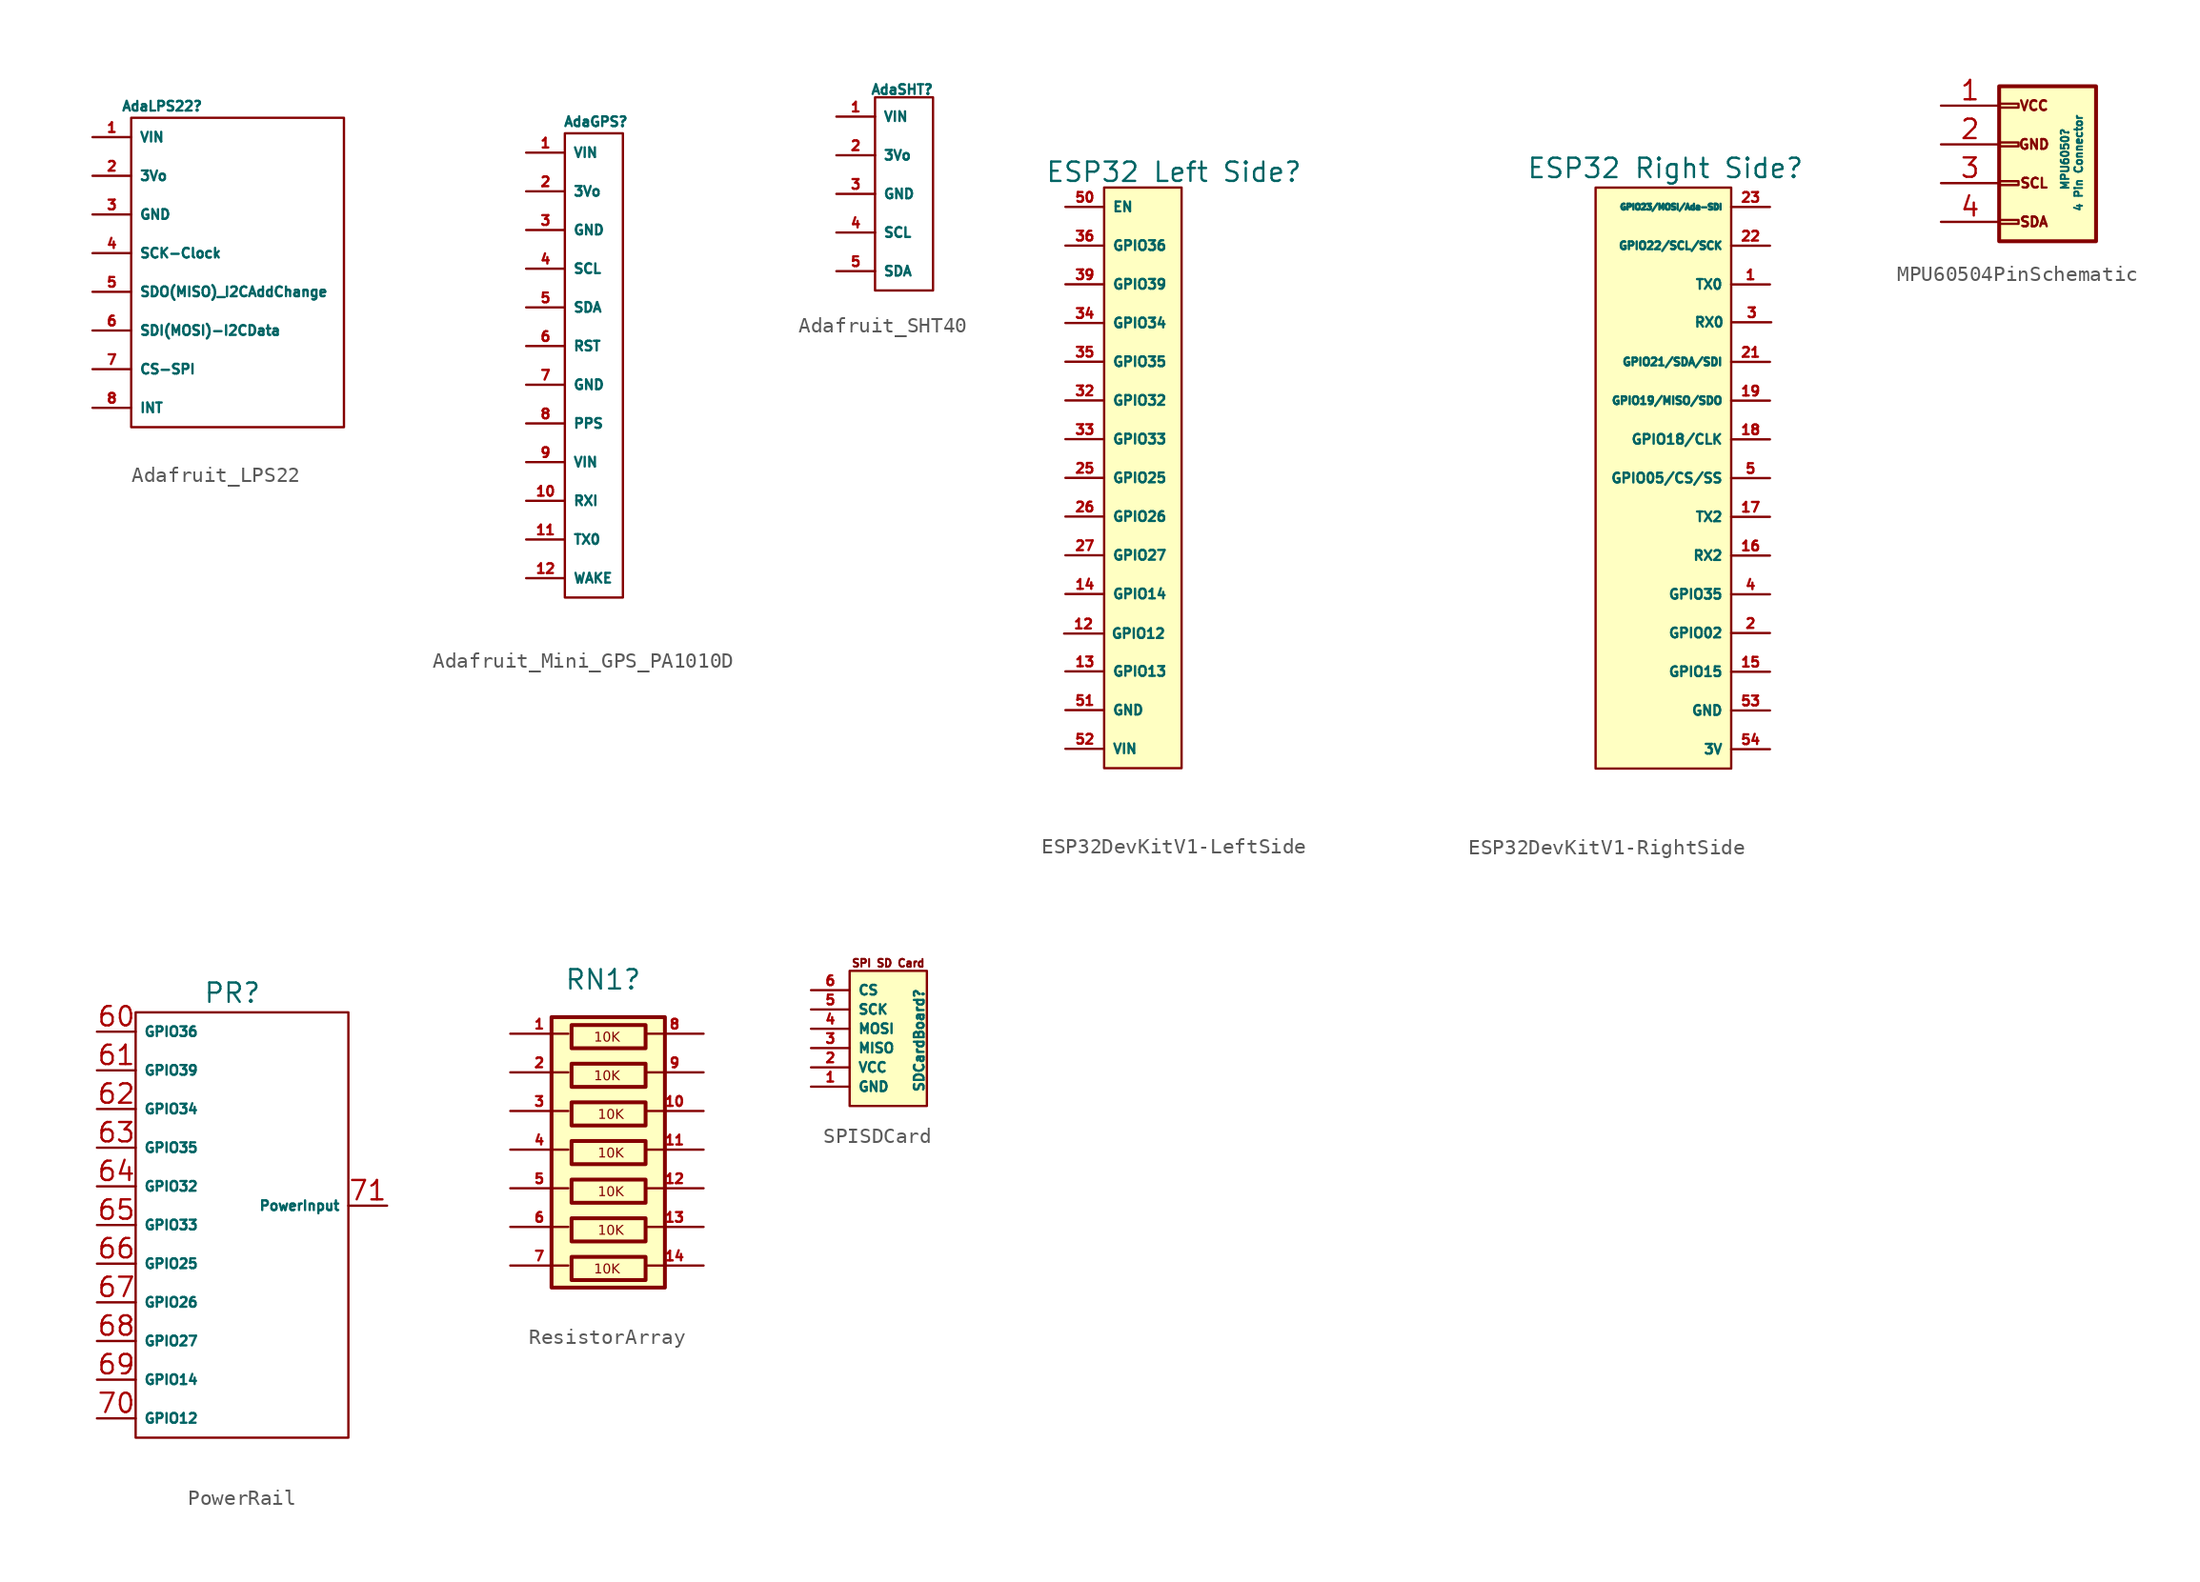
<source format=kicad_sym>
(kicad_symbol_lib
  (version 20241209)
  (generator "kicad_symbol_editor")
  (generator_version "9.0")
  (symbol "Adafruit_LPS22"
    (property "Reference" "AdaLPS22"
      (at -3.048 -0.508 0)
      (effects (font (size 0.635 0.635))))
    (property "Value" ""
      (at 0 0 0)
      (effects (font (size 1.27 1.27))))
    (symbol "Adafruit_LPS22_0_1"
      (rectangle (start -5.08 -1.27) (end 8.89 -21.59) (stroke (width 0) (type default)) (fill (type none))))
    (symbol "Adafruit_LPS22_1_1"
      (pin bidirectional line (at -7.62 -2.54 0) (length 2.54) (name "VIN" (effects (font (size 0.635 0.635)))) (number "1" (effects (font (size 0.635 0.635)))))
      (pin power_out line (at -7.62 -5.08 0) (length 2.54) (name "3Vo" (effects (font (size 0.635 0.635)))) (number "2" (effects (font (size 0.635 0.635)))))
      (pin power_in line (at -7.62 -7.62 0) (length 2.54) (name "GND" (effects (font (size 0.635 0.635)))) (number "3" (effects (font (size 0.635 0.635)))))
      (pin passive line (at -7.62 -10.16 0) (length 2.54) (name "SCK-Clock" (effects (font (size 0.635 0.635)))) (number "4" (effects (font (size 0.635 0.635)))))
      (pin passive line (at -7.62 -12.7 0) (length 2.54) (name "SDO(MISO)_I2CAddChange" (effects (font (size 0.635 0.635)))) (number "5" (effects (font (size 0.635 0.635)))))
      (pin passive line (at -7.62 -15.24 0) (length 2.54) (name "SDI(MOSI)-I2CData" (effects (font (size 0.635 0.635)))) (number "6" (effects (font (size 0.635 0.635)))))
      (pin passive line (at -7.62 -17.78 0) (length 2.54) (name "CS-SPI" (effects (font (size 0.635 0.635)))) (number "7" (effects (font (size 0.635 0.635)))))
      (pin passive line (at -7.62 -20.32 0) (length 2.54) (name "INT" (effects (font (size 0.635 0.635)))) (number "8" (effects (font (size 0.635 0.635)))))))
  (symbol "Adafruit_Mini_GPS_PA1010D"
    (property "Reference" "AdaGPS"
      (at -3.048 -0.508 0)
      (effects (font (size 0.635 0.635))))
    (property "Value" ""
      (at 0 0 0)
      (effects (font (size 1.27 1.27))))
    (symbol "Adafruit_Mini_GPS_PA1010D_0_1"
      (rectangle (start -5.08 -1.27) (end -1.27 -31.75) (stroke (width 0) (type default)) (fill (type none))))
    (symbol "Adafruit_Mini_GPS_PA1010D_1_1"
      (pin bidirectional line (at -7.62 -2.54 0) (length 2.54) (name "VIN" (effects (font (size 0.635 0.635)))) (number "1" (effects (font (size 0.635 0.635)))))
      (pin power_out line (at -7.62 -5.08 0) (length 2.54) (name "3Vo" (effects (font (size 0.635 0.635)))) (number "2" (effects (font (size 0.635 0.635)))))
      (pin power_in line (at -7.62 -7.62 0) (length 2.54) (name "GND" (effects (font (size 0.635 0.635)))) (number "3" (effects (font (size 0.635 0.635)))))
      (pin passive line (at -7.62 -10.16 0) (length 2.54) (name "SCL" (effects (font (size 0.635 0.635)))) (number "4" (effects (font (size 0.635 0.635)))))
      (pin passive line (at -7.62 -12.7 0) (length 2.54) (name "SDA" (effects (font (size 0.635 0.635)))) (number "5" (effects (font (size 0.635 0.635)))))
      (pin passive line (at -7.62 -15.24 0) (length 2.54) (name "RST" (effects (font (size 0.635 0.635)))) (number "6" (effects (font (size 0.635 0.635)))))
      (pin passive line (at -7.62 -17.78 0) (length 2.54) (name "GND" (effects (font (size 0.635 0.635)))) (number "7" (effects (font (size 0.635 0.635)))))
      (pin passive line (at -7.62 -20.32 0) (length 2.54) (name "PPS" (effects (font (size 0.635 0.635)))) (number "8" (effects (font (size 0.635 0.635)))))
      (pin passive line (at -7.62 -22.86 0) (length 2.54) (name "VIN" (effects (font (size 0.635 0.635)))) (number "9" (effects (font (size 0.635 0.635)))))
      (pin passive line (at -7.62 -25.4 0) (length 2.54) (name "RXI" (effects (font (size 0.635 0.635)))) (number "10" (effects (font (size 0.635 0.635)))))
      (pin passive line (at -7.62 -27.94 0) (length 2.54) (name "TX0" (effects (font (size 0.635 0.635)))) (number "11" (effects (font (size 0.635 0.635)))))
      (pin passive line (at -7.62 -30.48 0) (length 2.54) (name "WAKE" (effects (font (size 0.635 0.635)))) (number "12" (effects (font (size 0.635 0.635)))))))
  (symbol "Adafruit_SHT40"
    (property "Reference" "AdaSHT"
      (at 1.778 0.508 0)
      (effects (font (size 0.635 0.635))))
    (property "Value" ""
      (at 0 0 0)
      (effects (font (size 1.27 1.27))))
    (symbol "Adafruit_SHT40_0_1"
      (rectangle (start 0 0) (end 3.81 -12.7) (stroke (width 0) (type default)) (fill (type none))))
    (symbol "Adafruit_SHT40_1_1"
      (pin bidirectional line (at -2.54 -1.27 0) (length 2.54) (name "VIN" (effects (font (size 0.635 0.635)))) (number "1" (effects (font (size 0.635 0.635)))))
      (pin power_out line (at -2.54 -3.81 0) (length 2.54) (name "3Vo" (effects (font (size 0.635 0.635)))) (number "2" (effects (font (size 0.635 0.635)))))
      (pin power_in line (at -2.54 -6.35 0) (length 2.54) (name "GND" (effects (font (size 0.635 0.635)))) (number "3" (effects (font (size 0.635 0.635)))))
      (pin passive line (at -2.54 -8.89 0) (length 2.54) (name "SCL" (effects (font (size 0.635 0.635)))) (number "4" (effects (font (size 0.635 0.635)))))
      (pin passive line (at -2.54 -11.43 0) (length 2.54) (name "SDA" (effects (font (size 0.635 0.635)))) (number "5" (effects (font (size 0.635 0.635)))))))
  (symbol "ESP32DevKitV1-LeftSide"
    (property "Reference" "ESP32 Left Side"
      (at -1.778 -2.794 0)
      (effects (font (size 1.27 1.27))))
    (property "Value" ""
      (at 0 0 0)
      (effects (font (size 1.27 1.27))))
    (symbol "ESP32DevKitV1-LeftSide_1_1"
      (rectangle (start -6.35 -3.81) (end -1.27 -41.91) (stroke (width 0) (type solid)) (fill (type background)))
      (pin bidirectional line (at -8.975 -33.078 0) (length 2.54) (name "GPIO12" (effects (font (size 0.635 0.635)))) (number "12" (effects (font (size 0.635 0.635)))))
      (pin input line (at -8.89 -5.08 0) (length 2.54) (name "EN" (effects (font (size 0.635 0.635)))) (number "50" (effects (font (size 0.635 0.635)))))
      (pin input line (at -8.89 -7.62 0) (length 2.54) (name "GPIO36" (effects (font (size 0.635 0.635)))) (number "36" (effects (font (size 0.635 0.635)))))
      (pin input line (at -8.89 -10.16 0) (length 2.54) (name "GPIO39" (effects (font (size 0.635 0.635)))) (number "39" (effects (font (size 0.635 0.635)))))
      (pin input line (at -8.89 -12.7 0) (length 2.54) (name "GPIO34" (effects (font (size 0.635 0.635)))) (number "34" (effects (font (size 0.635 0.635)))))
      (pin input line (at -8.89 -15.24 0) (length 2.54) (name "GPIO35" (effects (font (size 0.635 0.635)))) (number "35" (effects (font (size 0.635 0.635)))))
      (pin bidirectional line (at -8.89 -17.78 0) (length 2.54) (name "GPIO32" (effects (font (size 0.635 0.635)))) (number "32" (effects (font (size 0.635 0.635)))))
      (pin bidirectional line (at -8.89 -20.32 0) (length 2.54) (name "GPIO33" (effects (font (size 0.635 0.635)))) (number "33" (effects (font (size 0.635 0.635)))))
      (pin bidirectional line (at -8.89 -22.86 0) (length 2.54) (name "GPIO25" (effects (font (size 0.635 0.635)))) (number "25" (effects (font (size 0.635 0.635)))))
      (pin bidirectional line (at -8.89 -25.4 0) (length 2.54) (name "GPIO26" (effects (font (size 0.635 0.635)))) (number "26" (effects (font (size 0.635 0.635)))))
      (pin bidirectional line (at -8.89 -27.94 0) (length 2.54) (name "GPIO27" (effects (font (size 0.635 0.635)))) (number "27" (effects (font (size 0.635 0.635)))))
      (pin bidirectional line (at -8.89 -30.48 0) (length 2.54) (name "GPIO14" (effects (font (size 0.635 0.635)))) (number "14" (effects (font (size 0.635 0.635)))))
      (pin bidirectional line (at -8.89 -35.56 0) (length 2.54) (name "GPIO13" (effects (font (size 0.635 0.635)))) (number "13" (effects (font (size 0.635 0.635)))))
      (pin power_in line (at -8.89 -38.1 0) (length 2.54) (name "GND" (effects (font (size 0.635 0.635)))) (number "51" (effects (font (size 0.635 0.635)))))
      (pin bidirectional line (at -8.89 -40.64 0) (length 2.54) (name "VIN" (effects (font (size 0.635 0.635)))) (number "52" (effects (font (size 0.635 0.635)))))))
  (symbol "ESP32DevKitV1-RightSide"
    (property "Reference" "ESP32 Right Side"
      (at 16.002 -2.54 0)
      (effects (font (size 1.27 1.27))))
    (property "Value" ""
      (at 0 0 0)
      (effects (font (size 1.27 1.27))))
    (symbol "ESP32DevKitV1-RightSide_1_1"
      (rectangle (start 11.43 -3.81) (end 20.32 -41.91) (stroke (width 0) (type solid)) (fill (type background)))
      (pin bidirectional line (at 22.86 -5.08 180) (length 2.54) (name "GPIO23/MOSI/Ada-SDI" (effects (font (size 0.381 0.381)))) (number "23" (effects (font (size 0.635 0.635)))))
      (pin bidirectional line (at 22.86 -7.62 180) (length 2.54) (name "GPIO22/SCL/SCK" (effects (font (size 0.508 0.508)))) (number "22" (effects (font (size 0.635 0.635)))))
      (pin bidirectional line (at 22.86 -10.16 180) (length 2.54) (name "TX0" (effects (font (size 0.635 0.635)))) (number "1" (effects (font (size 0.635 0.635)))))
      (pin bidirectional line (at 22.86 -15.24 180) (length 2.54) (name "GPIO21/SDA/SDI" (effects (font (size 0.508 0.508)))) (number "21" (effects (font (size 0.635 0.635)))))
      (pin bidirectional line (at 22.86 -17.78 180) (length 2.54) (name "GPIO19/MISO/SDO" (effects (font (size 0.508 0.508)))) (number "19" (effects (font (size 0.635 0.635)))))
      (pin bidirectional line (at 22.86 -20.32 180) (length 2.54) (name "GPIO18/CLK" (effects (font (size 0.635 0.635)))) (number "18" (effects (font (size 0.635 0.635)))))
      (pin bidirectional line (at 22.86 -22.86 180) (length 2.54) (name "GPIO05/CS/SS" (effects (font (size 0.635 0.635)))) (number "5" (effects (font (size 0.635 0.635)))))
      (pin bidirectional line (at 22.86 -25.4 180) (length 2.54) (name "TX2" (effects (font (size 0.635 0.635)))) (number "17" (effects (font (size 0.635 0.635)))))
      (pin bidirectional line (at 22.86 -27.94 180) (length 2.54) (name "RX2" (effects (font (size 0.635 0.635)))) (number "16" (effects (font (size 0.635 0.635)))))
      (pin bidirectional line (at 22.86 -30.48 180) (length 2.54) (name "GPIO35" (effects (font (size 0.635 0.635)))) (number "4" (effects (font (size 0.635 0.635)))))
      (pin bidirectional line (at 22.86 -33.02 180) (length 2.54) (name "GPIO02" (effects (font (size 0.635 0.635)))) (number "2" (effects (font (size 0.635 0.635)))))
      (pin bidirectional line (at 22.86 -35.56 180) (length 2.54) (name "GPIO15" (effects (font (size 0.635 0.635)))) (number "15" (effects (font (size 0.635 0.635)))))
      (pin power_in line (at 22.86 -38.1 180) (length 2.54) (name "GND" (effects (font (size 0.635 0.635)))) (number "53" (effects (font (size 0.635 0.635)))))
      (pin power_out line (at 22.86 -40.64 180) (length 2.54) (name "3V" (effects (font (size 0.635 0.635)))) (number "54" (effects (font (size 0.635 0.635)))))
      (pin bidirectional line (at 22.945 -12.642 180) (length 2.54) (name "RX0" (effects (font (size 0.635 0.635)))) (number "3" (effects (font (size 0.635 0.635)))))))
  (symbol "MPU60504PinSchematic"
    (pin_names
      (offset 1.016)
      (hide yes))
    (property "Reference" "MPU6050"
      (at 3.048 -3.048 90)
      (effects (font (size 0.508 0.508)) (justify left)))
    (property "Value" "4 Pin Connector"
      (at 3.937 -4.445 90)
      (effects (font (size 0.508 0.508)) (justify left)))
    (symbol "MPU60504PinSchematic_1_1"
      (rectangle (start -1.27 3.81) (end 5.08 -6.35) (stroke (width 0.254) (type default)) (fill (type background)))
      (rectangle (start -1.27 2.667) (end 0 2.413) (stroke (width 0.152) (type default)) (fill (type none)))
      (rectangle (start -1.27 0.127) (end 0 -0.127) (stroke (width 0.152) (type default)) (fill (type none)))
      (rectangle (start -1.27 -2.413) (end 0 -2.667) (stroke (width 0.152) (type default)) (fill (type none)))
      (rectangle (start -1.27 -4.953) (end 0 -5.207) (stroke (width 0.152) (type default)) (fill (type none)))
      (text "VCC" (at 1.016 2.54 0) (effects (font (size 0.635 0.635))))
      (text "GND" (at 1.016 0 0) (effects (font (size 0.635 0.635))))
      (text "SCL" (at 1.016 -2.54 0) (effects (font (size 0.635 0.635))))
      (text "SDA" (at 1.016 -5.08 0) (effects (font (size 0.635 0.635))))
      (pin passive line (at -5.08 2.54 0) (length 3.81) (name "VCC" (effects (font (size 1.27 1.27)))) (number "1" (effects (font (size 1.27 1.27)))))
      (pin passive line (at -5.08 0 0) (length 3.81) (name "GND" (effects (font (size 1.27 1.27)))) (number "2" (effects (font (size 1.27 1.27)))))
      (pin passive line (at -5.08 -2.54 0) (length 3.81) (name "SCL" (effects (font (size 1.27 1.27)))) (number "3" (effects (font (size 1.27 1.27)))))
      (pin passive line (at -5.08 -5.08 0) (length 3.81) (name "SDA" (effects (font (size 1.27 1.27)))) (number "4" (effects (font (size 1.27 1.27)))))))
  (symbol "PowerRail"
    (property "Reference" "PR"
      (at 0 0 0)
      (effects (font (size 1.27 1.27))))
    (property "Value" ""
      (at 0 0 0)
      (effects (font (size 1.27 1.27))))
    (symbol "PowerRail_0_1"
      (rectangle (start -6.35 -1.27) (end 7.62 -29.21) (stroke (width 0) (type default)) (fill (type none))))
    (symbol "PowerRail_1_1"
      (pin passive line (at -8.89 -2.54 0) (length 2.54) (name "GPIO36" (effects (font (size 0.635 0.635)))) (number "60" (effects (font (size 1.27 1.27)))))
      (pin passive line (at -8.89 -5.08 0) (length 2.54) (name "GPIO39" (effects (font (size 0.635 0.635)))) (number "61" (effects (font (size 1.27 1.27)))))
      (pin passive line (at -8.89 -7.62 0) (length 2.54) (name "GPIO34" (effects (font (size 0.635 0.635)))) (number "62" (effects (font (size 1.27 1.27)))))
      (pin passive line (at -8.89 -10.16 0) (length 2.54) (name "GPIO35" (effects (font (size 0.635 0.635)))) (number "63" (effects (font (size 1.27 1.27)))))
      (pin passive line (at -8.89 -12.7 0) (length 2.54) (name "GPIO32" (effects (font (size 0.635 0.635)))) (number "64" (effects (font (size 1.27 1.27)))))
      (pin passive line (at -8.89 -15.24 0) (length 2.54) (name "GPIO33" (effects (font (size 0.635 0.635)))) (number "65" (effects (font (size 1.27 1.27)))))
      (pin passive line (at -8.89 -17.78 0) (length 2.54) (name "GPIO25" (effects (font (size 0.635 0.635)))) (number "66" (effects (font (size 1.27 1.27)))))
      (pin passive line (at -8.89 -20.32 0) (length 2.54) (name "GPIO26" (effects (font (size 0.635 0.635)))) (number "67" (effects (font (size 1.27 1.27)))))
      (pin passive line (at -8.89 -22.86 0) (length 2.54) (name "GPIO27" (effects (font (size 0.635 0.635)))) (number "68" (effects (font (size 1.27 1.27)))))
      (pin passive line (at -8.89 -25.4 0) (length 2.54) (name "GPIO14" (effects (font (size 0.635 0.635)))) (number "69" (effects (font (size 1.27 1.27)))))
      (pin passive line (at -8.89 -27.94 0) (length 2.54) (name "GPIO12" (effects (font (size 0.635 0.635)))) (number "70" (effects (font (size 1.27 1.27)))))
      (pin power_in line (at 10.16 -13.97 180) (length 2.54) (name "PowerInput" (effects (font (size 0.635 0.635)))) (number "71" (effects (font (size 1.27 1.27)))))))
  (symbol "ResistorArray"
    (pin_names
      (offset 0)
      (hide yes))
    (property "Reference" "RN1"
      (at 3.556 2.286 0)
      (effects (font (size 1.27 1.27))))
    (symbol "ResistorArray_0_1"
      (rectangle (start 0.169 -0.179) (end 7.62 -17.959) (stroke (width 0.254) (type default)) (fill (type background)))
      (rectangle (start 1.485 -0.701) (end 6.35 -2.225) (stroke (width 0.254) (type default)) (fill (type none)))
      (rectangle (start 1.485 -3.241) (end 6.35 -4.765) (stroke (width 0.254) (type default)) (fill (type none)))
      (rectangle (start 1.485 -5.781) (end 6.35 -7.305) (stroke (width 0.254) (type default)) (fill (type none)))
      (rectangle (start 1.485 -8.321) (end 6.35 -9.845) (stroke (width 0.254) (type default)) (fill (type none)))
      (rectangle (start 1.485 -10.861) (end 6.35 -12.385) (stroke (width 0.254) (type default)) (fill (type none)))
      (rectangle (start 1.485 -13.401) (end 6.35 -14.925) (stroke (width 0.254) (type default)) (fill (type none)))
      (rectangle (start 1.485 -15.941) (end 6.35 -17.465) (stroke (width 0.254) (type default)) (fill (type none))))
    (symbol "ResistorArray_1_1"
      (text "10K\n" (at 3.81 -1.524 0) (effects (font (face "Comic Sans MS") (size 0.635 0.635))))
      (text "10K\n" (at 3.81 -4.064 0) (effects (font (face "Comic Sans MS") (size 0.635 0.635))))
      (text "10K\n" (at 3.81 -16.764 0) (effects (font (face "Comic Sans MS") (size 0.635 0.635))))
      (text "10K\n" (at 4.064 -6.604 0) (effects (font (face "Comic Sans MS") (size 0.635 0.635))))
      (text "10K\n" (at 4.064 -9.144 0) (effects (font (face "Comic Sans MS") (size 0.635 0.635))))
      (text "10K\n" (at 4.064 -11.684 0) (effects (font (face "Comic Sans MS") (size 0.635 0.635))))
      (text "10K\n" (at 4.064 -14.224 0) (effects (font (face "Comic Sans MS") (size 0.635 0.635))))
      (pin input line (at -2.54 -1.27 0) (length 3.81) (name "R1" (effects (font (size 0.635 0.635)))) (number "1" (effects (font (size 0.635 0.635)))))
      (pin input line (at -2.54 -3.81 0) (length 3.81) (name "R2" (effects (font (size 0.635 0.635)))) (number "2" (effects (font (size 0.635 0.635)))))
      (pin input line (at -2.54 -6.35 0) (length 3.81) (name "R3" (effects (font (size 0.635 0.635)))) (number "3" (effects (font (size 0.635 0.635)))))
      (pin input line (at -2.54 -8.89 0) (length 3.81) (name "R4" (effects (font (size 0.635 0.635)))) (number "4" (effects (font (size 0.635 0.635)))))
      (pin input line (at -2.54 -11.43 0) (length 3.81) (name "R5" (effects (font (size 0.635 0.635)))) (number "5" (effects (font (size 0.635 0.635)))))
      (pin input line (at -2.54 -13.97 0) (length 3.81) (name "R6" (effects (font (size 0.635 0.635)))) (number "6" (effects (font (size 0.635 0.635)))))
      (pin input line (at -2.54 -16.51 0) (length 3.81) (name "R7" (effects (font (size 0.635 0.635)))) (number "7" (effects (font (size 0.635 0.635)))))
      (pin output line (at 10.16 -1.27 180) (length 3.81) (name "R1" (effects (font (size 0.635 0.635)))) (number "8" (effects (font (size 0.635 0.635)))))
      (pin output line (at 10.16 -3.81 180) (length 3.81) (name "R2" (effects (font (size 0.635 0.635)))) (number "9" (effects (font (size 0.635 0.635)))))
      (pin output line (at 10.16 -6.35 180) (length 3.81) (name "R3" (effects (font (size 0.635 0.635)))) (number "10" (effects (font (size 0.635 0.635)))))
      (pin output line (at 10.16 -8.89 180) (length 3.81) (name "R4" (effects (font (size 0.635 0.635)))) (number "11" (effects (font (size 0.635 0.635)))))
      (pin output line (at 10.16 -11.43 180) (length 3.81) (name "R5" (effects (font (size 0.635 0.635)))) (number "12" (effects (font (size 0.635 0.635)))))
      (pin output line (at 10.16 -13.97 180) (length 3.81) (name "R6" (effects (font (size 0.635 0.635)))) (number "13" (effects (font (size 0.635 0.635)))))
      (pin output line (at 10.16 -16.51 180) (length 3.81) (name "R7" (effects (font (size 0.635 0.635)))) (number "14" (effects (font (size 0.635 0.635)))))))
  (symbol "SPISDCard"
    (property "Reference" "SDCardBoard"
      (at -1.778 -5.842 90)
      (effects (font (size 0.635 0.635))))
    (property "Value" ""
      (at 0 0 0)
      (effects (font (size 1.27 1.27))))
    (symbol "SPISDCard_1_1"
      (rectangle (start -6.35 -1.27) (end -1.27 -10.16) (stroke (width 0) (type solid)) (fill (type background)))
      (text "SPI SD Card" (at -3.81 -0.762 0) (effects (font (size 0.508 0.508))))
      (pin passive line (at -8.89 -2.54 0) (length 2.54) (name "CS" (effects (font (size 0.635 0.635)))) (number "6" (effects (font (size 0.635 0.635)))))
      (pin passive line (at -8.89 -3.81 0) (length 2.54) (name "SCK" (effects (font (size 0.635 0.635)))) (number "5" (effects (font (size 0.635 0.635)))))
      (pin passive line (at -8.89 -5.08 0) (length 2.54) (name "MOSI" (effects (font (size 0.635 0.635)))) (number "4" (effects (font (size 0.635 0.635)))))
      (pin passive line (at -8.89 -6.35 0) (length 2.54) (name "MISO" (effects (font (size 0.635 0.635)))) (number "3" (effects (font (size 0.635 0.635)))))
      (pin power_in line (at -8.89 -7.62 0) (length 2.54) (name "VCC" (effects (font (size 0.635 0.635)))) (number "2" (effects (font (size 0.635 0.635)))))
      (pin passive line (at -8.89 -8.89 0) (length 2.54) (name "GND" (effects (font (size 0.635 0.635)))) (number "1" (effects (font (size 0.635 0.635))))))))
</source>
